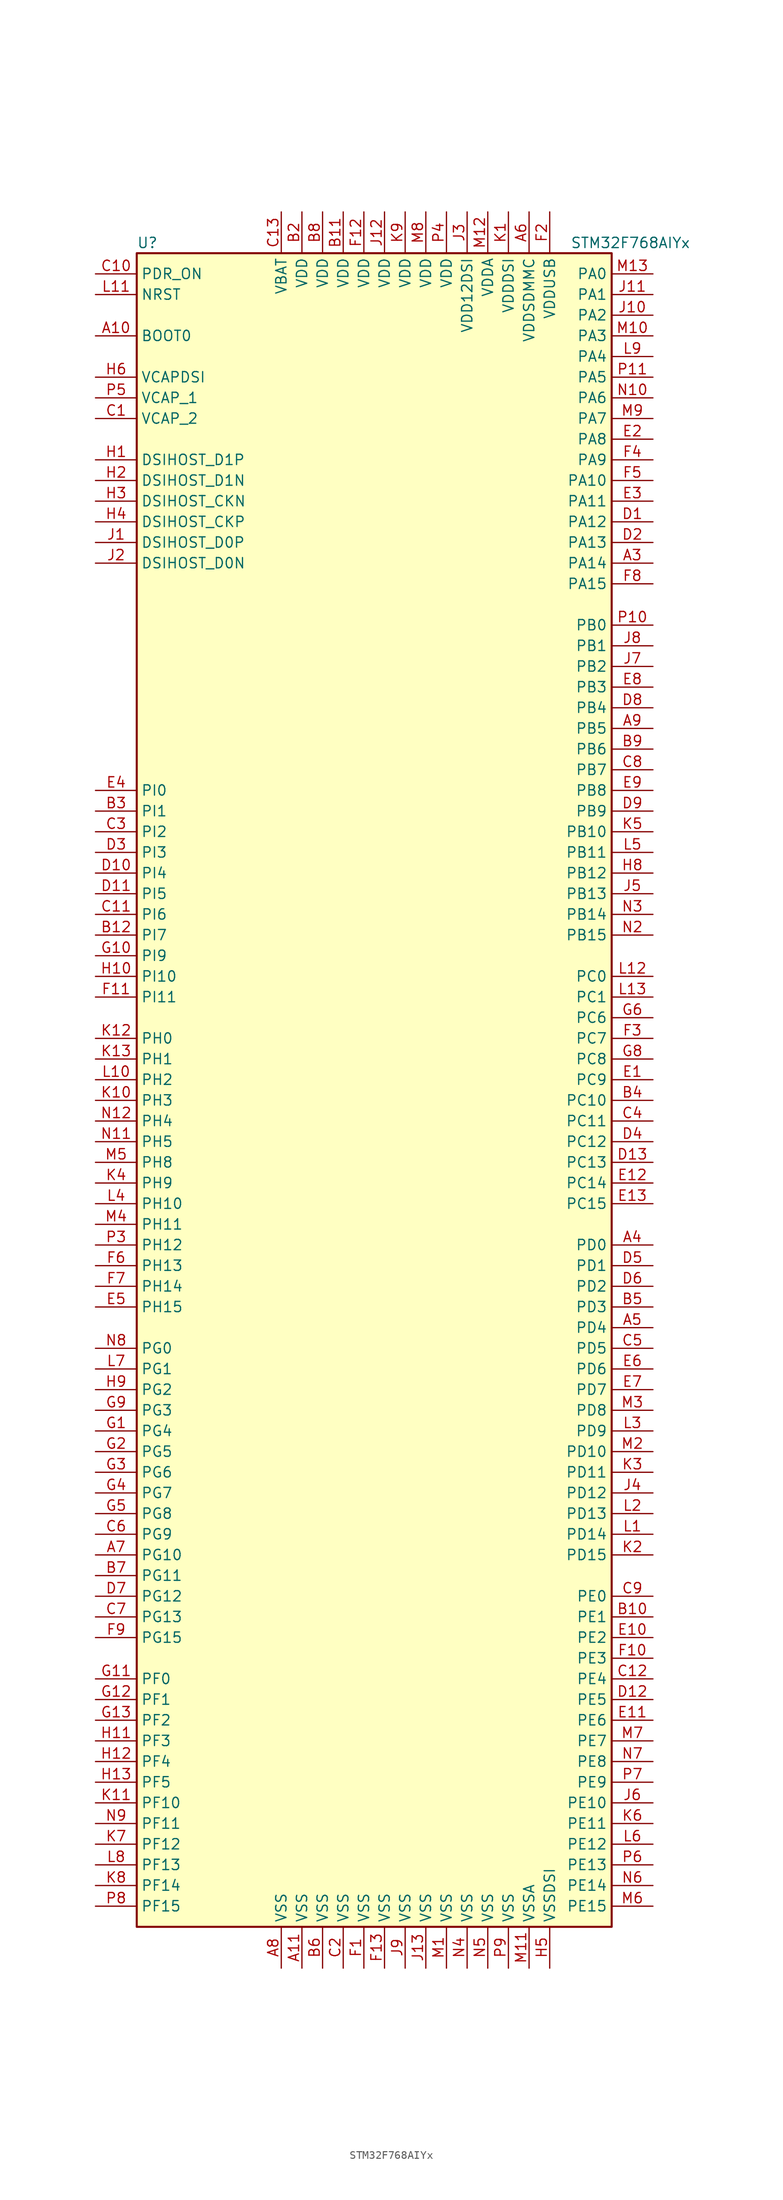
<source format=kicad_sym>
(kicad_symbol_lib
  (version 20201005)
  (generator kicad_symbol_editor)
  (symbol "STM32F768AIYx"
    (property "Reference" "U"
      (at -30.48 102.87 0)
      (effects (font (size 1.27 1.27)) (justify left)))
    (property "Value" "STM32F768AIYx"
      (at 22.86 102.87 0)
      (effects (font (size 1.27 1.27)) (justify left)))
    (symbol "STM32F768AIYx_0_1"
      (rectangle (start -30.48 -104.14) (end 27.94 101.6) (stroke (width 0.254)) (fill (type background))))
    (symbol "STM32F768AIYx_1_1"
      (pin input line (at -35.56 91.44 0) (length 5.08) (name "BOOT0" (effects (font (size 1.27 1.27)))) (number "A10" (effects (font (size 1.27 1.27)))))
      (pin bidirectional line (at -35.56 71.12 0) (length 5.08) (name "DSIHOST_CKN" (effects (font (size 1.27 1.27)))) (number "H3" (effects (font (size 1.27 1.27)))))
      (pin bidirectional line (at -35.56 68.58 0) (length 5.08) (name "DSIHOST_CKP" (effects (font (size 1.27 1.27)))) (number "H4" (effects (font (size 1.27 1.27)))))
      (pin bidirectional line (at -35.56 63.5 0) (length 5.08) (name "DSIHOST_D0N" (effects (font (size 1.27 1.27)))) (number "J2" (effects (font (size 1.27 1.27)))))
      (pin bidirectional line (at -35.56 66.04 0) (length 5.08) (name "DSIHOST_D0P" (effects (font (size 1.27 1.27)))) (number "J1" (effects (font (size 1.27 1.27)))))
      (pin bidirectional line (at -35.56 73.66 0) (length 5.08) (name "DSIHOST_D1N" (effects (font (size 1.27 1.27)))) (number "H2" (effects (font (size 1.27 1.27)))))
      (pin bidirectional line (at -35.56 76.2 0) (length 5.08) (name "DSIHOST_D1P" (effects (font (size 1.27 1.27)))) (number "H1" (effects (font (size 1.27 1.27)))))
      (pin no_connect line (at -30.48 -101.6 0) (length 5.08) hide (name "NC" (effects (font (size 1.27 1.27)))) (number "A1" (effects (font (size 1.27 1.27)))))
      (pin no_connect line (at -30.48 -96.52 0) (length 5.08) hide (name "NC" (effects (font (size 1.27 1.27)))) (number "A12" (effects (font (size 1.27 1.27)))))
      (pin no_connect line (at -30.48 -93.98 0) (length 5.08) hide (name "NC" (effects (font (size 1.27 1.27)))) (number "A13" (effects (font (size 1.27 1.27)))))
      (pin no_connect line (at -30.48 -99.06 0) (length 5.08) hide (name "NC" (effects (font (size 1.27 1.27)))) (number "A2" (effects (font (size 1.27 1.27)))))
      (pin no_connect line (at -30.48 -91.44 0) (length 5.08) hide (name "NC" (effects (font (size 1.27 1.27)))) (number "B1" (effects (font (size 1.27 1.27)))))
      (pin no_connect line (at -30.48 -88.9 0) (length 5.08) hide (name "NC" (effects (font (size 1.27 1.27)))) (number "B13" (effects (font (size 1.27 1.27)))))
      (pin no_connect line (at -30.48 -86.36 0) (length 5.08) hide (name "NC" (effects (font (size 1.27 1.27)))) (number "N1" (effects (font (size 1.27 1.27)))))
      (pin no_connect line (at -30.48 -83.82 0) (length 5.08) hide (name "NC" (effects (font (size 1.27 1.27)))) (number "N13" (effects (font (size 1.27 1.27)))))
      (pin no_connect line (at -30.48 -81.28 0) (length 5.08) hide (name "NC" (effects (font (size 1.27 1.27)))) (number "P1" (effects (font (size 1.27 1.27)))))
      (pin no_connect line (at -30.48 -76.2 0) (length 5.08) hide (name "NC" (effects (font (size 1.27 1.27)))) (number "P12" (effects (font (size 1.27 1.27)))))
      (pin no_connect line (at -30.48 -73.66 0) (length 5.08) hide (name "NC" (effects (font (size 1.27 1.27)))) (number "P13" (effects (font (size 1.27 1.27)))))
      (pin no_connect line (at -30.48 -78.74 0) (length 5.08) hide (name "NC" (effects (font (size 1.27 1.27)))) (number "P2" (effects (font (size 1.27 1.27)))))
      (pin input line (at -35.56 96.52 0) (length 5.08) (name "NRST" (effects (font (size 1.27 1.27)))) (number "L11" (effects (font (size 1.27 1.27)))))
      (pin bidirectional line (at 33.02 99.06 180) (length 5.08) (name "PA0" (effects (font (size 1.27 1.27)))) (number "M13" (effects (font (size 1.27 1.27)))))
      (pin bidirectional line (at 33.02 96.52 180) (length 5.08) (name "PA1" (effects (font (size 1.27 1.27)))) (number "J11" (effects (font (size 1.27 1.27)))))
      (pin bidirectional line (at 33.02 73.66 180) (length 5.08) (name "PA10" (effects (font (size 1.27 1.27)))) (number "F5" (effects (font (size 1.27 1.27)))))
      (pin bidirectional line (at 33.02 71.12 180) (length 5.08) (name "PA11" (effects (font (size 1.27 1.27)))) (number "E3" (effects (font (size 1.27 1.27)))))
      (pin bidirectional line (at 33.02 68.58 180) (length 5.08) (name "PA12" (effects (font (size 1.27 1.27)))) (number "D1" (effects (font (size 1.27 1.27)))))
      (pin bidirectional line (at 33.02 66.04 180) (length 5.08) (name "PA13" (effects (font (size 1.27 1.27)))) (number "D2" (effects (font (size 1.27 1.27)))))
      (pin bidirectional line (at 33.02 63.5 180) (length 5.08) (name "PA14" (effects (font (size 1.27 1.27)))) (number "A3" (effects (font (size 1.27 1.27)))))
      (pin bidirectional line (at 33.02 60.96 180) (length 5.08) (name "PA15" (effects (font (size 1.27 1.27)))) (number "F8" (effects (font (size 1.27 1.27)))))
      (pin bidirectional line (at 33.02 93.98 180) (length 5.08) (name "PA2" (effects (font (size 1.27 1.27)))) (number "J10" (effects (font (size 1.27 1.27)))))
      (pin bidirectional line (at 33.02 91.44 180) (length 5.08) (name "PA3" (effects (font (size 1.27 1.27)))) (number "M10" (effects (font (size 1.27 1.27)))))
      (pin bidirectional line (at 33.02 88.9 180) (length 5.08) (name "PA4" (effects (font (size 1.27 1.27)))) (number "L9" (effects (font (size 1.27 1.27)))))
      (pin bidirectional line (at 33.02 86.36 180) (length 5.08) (name "PA5" (effects (font (size 1.27 1.27)))) (number "P11" (effects (font (size 1.27 1.27)))))
      (pin bidirectional line (at 33.02 83.82 180) (length 5.08) (name "PA6" (effects (font (size 1.27 1.27)))) (number "N10" (effects (font (size 1.27 1.27)))))
      (pin bidirectional line (at 33.02 81.28 180) (length 5.08) (name "PA7" (effects (font (size 1.27 1.27)))) (number "M9" (effects (font (size 1.27 1.27)))))
      (pin bidirectional line (at 33.02 78.74 180) (length 5.08) (name "PA8" (effects (font (size 1.27 1.27)))) (number "E2" (effects (font (size 1.27 1.27)))))
      (pin bidirectional line (at 33.02 76.2 180) (length 5.08) (name "PA9" (effects (font (size 1.27 1.27)))) (number "F4" (effects (font (size 1.27 1.27)))))
      (pin bidirectional line (at 33.02 55.88 180) (length 5.08) (name "PB0" (effects (font (size 1.27 1.27)))) (number "P10" (effects (font (size 1.27 1.27)))))
      (pin bidirectional line (at 33.02 53.34 180) (length 5.08) (name "PB1" (effects (font (size 1.27 1.27)))) (number "J8" (effects (font (size 1.27 1.27)))))
      (pin bidirectional line (at 33.02 30.48 180) (length 5.08) (name "PB10" (effects (font (size 1.27 1.27)))) (number "K5" (effects (font (size 1.27 1.27)))))
      (pin bidirectional line (at 33.02 27.94 180) (length 5.08) (name "PB11" (effects (font (size 1.27 1.27)))) (number "L5" (effects (font (size 1.27 1.27)))))
      (pin bidirectional line (at 33.02 25.4 180) (length 5.08) (name "PB12" (effects (font (size 1.27 1.27)))) (number "H8" (effects (font (size 1.27 1.27)))))
      (pin bidirectional line (at 33.02 22.86 180) (length 5.08) (name "PB13" (effects (font (size 1.27 1.27)))) (number "J5" (effects (font (size 1.27 1.27)))))
      (pin bidirectional line (at 33.02 20.32 180) (length 5.08) (name "PB14" (effects (font (size 1.27 1.27)))) (number "N3" (effects (font (size 1.27 1.27)))))
      (pin bidirectional line (at 33.02 17.78 180) (length 5.08) (name "PB15" (effects (font (size 1.27 1.27)))) (number "N2" (effects (font (size 1.27 1.27)))))
      (pin bidirectional line (at 33.02 50.8 180) (length 5.08) (name "PB2" (effects (font (size 1.27 1.27)))) (number "J7" (effects (font (size 1.27 1.27)))))
      (pin bidirectional line (at 33.02 48.26 180) (length 5.08) (name "PB3" (effects (font (size 1.27 1.27)))) (number "E8" (effects (font (size 1.27 1.27)))))
      (pin bidirectional line (at 33.02 45.72 180) (length 5.08) (name "PB4" (effects (font (size 1.27 1.27)))) (number "D8" (effects (font (size 1.27 1.27)))))
      (pin bidirectional line (at 33.02 43.18 180) (length 5.08) (name "PB5" (effects (font (size 1.27 1.27)))) (number "A9" (effects (font (size 1.27 1.27)))))
      (pin bidirectional line (at 33.02 40.64 180) (length 5.08) (name "PB6" (effects (font (size 1.27 1.27)))) (number "B9" (effects (font (size 1.27 1.27)))))
      (pin bidirectional line (at 33.02 38.1 180) (length 5.08) (name "PB7" (effects (font (size 1.27 1.27)))) (number "C8" (effects (font (size 1.27 1.27)))))
      (pin bidirectional line (at 33.02 35.56 180) (length 5.08) (name "PB8" (effects (font (size 1.27 1.27)))) (number "E9" (effects (font (size 1.27 1.27)))))
      (pin bidirectional line (at 33.02 33.02 180) (length 5.08) (name "PB9" (effects (font (size 1.27 1.27)))) (number "D9" (effects (font (size 1.27 1.27)))))
      (pin bidirectional line (at 33.02 12.7 180) (length 5.08) (name "PC0" (effects (font (size 1.27 1.27)))) (number "L12" (effects (font (size 1.27 1.27)))))
      (pin bidirectional line (at 33.02 10.16 180) (length 5.08) (name "PC1" (effects (font (size 1.27 1.27)))) (number "L13" (effects (font (size 1.27 1.27)))))
      (pin bidirectional line (at 33.02 -2.54 180) (length 5.08) (name "PC10" (effects (font (size 1.27 1.27)))) (number "B4" (effects (font (size 1.27 1.27)))))
      (pin bidirectional line (at 33.02 -5.08 180) (length 5.08) (name "PC11" (effects (font (size 1.27 1.27)))) (number "C4" (effects (font (size 1.27 1.27)))))
      (pin bidirectional line (at 33.02 -7.62 180) (length 5.08) (name "PC12" (effects (font (size 1.27 1.27)))) (number "D4" (effects (font (size 1.27 1.27)))))
      (pin bidirectional line (at 33.02 -10.16 180) (length 5.08) (name "PC13" (effects (font (size 1.27 1.27)))) (number "D13" (effects (font (size 1.27 1.27)))))
      (pin bidirectional line (at 33.02 -12.7 180) (length 5.08) (name "PC14" (effects (font (size 1.27 1.27)))) (number "E12" (effects (font (size 1.27 1.27)))))
      (pin bidirectional line (at 33.02 -15.24 180) (length 5.08) (name "PC15" (effects (font (size 1.27 1.27)))) (number "E13" (effects (font (size 1.27 1.27)))))
      (pin bidirectional line (at 33.02 7.62 180) (length 5.08) (name "PC6" (effects (font (size 1.27 1.27)))) (number "G6" (effects (font (size 1.27 1.27)))))
      (pin bidirectional line (at 33.02 5.08 180) (length 5.08) (name "PC7" (effects (font (size 1.27 1.27)))) (number "F3" (effects (font (size 1.27 1.27)))))
      (pin bidirectional line (at 33.02 2.54 180) (length 5.08) (name "PC8" (effects (font (size 1.27 1.27)))) (number "G8" (effects (font (size 1.27 1.27)))))
      (pin bidirectional line (at 33.02 0 180) (length 5.08) (name "PC9" (effects (font (size 1.27 1.27)))) (number "E1" (effects (font (size 1.27 1.27)))))
      (pin bidirectional line (at 33.02 -20.32 180) (length 5.08) (name "PD0" (effects (font (size 1.27 1.27)))) (number "A4" (effects (font (size 1.27 1.27)))))
      (pin bidirectional line (at 33.02 -22.86 180) (length 5.08) (name "PD1" (effects (font (size 1.27 1.27)))) (number "D5" (effects (font (size 1.27 1.27)))))
      (pin bidirectional line (at 33.02 -45.72 180) (length 5.08) (name "PD10" (effects (font (size 1.27 1.27)))) (number "M2" (effects (font (size 1.27 1.27)))))
      (pin bidirectional line (at 33.02 -48.26 180) (length 5.08) (name "PD11" (effects (font (size 1.27 1.27)))) (number "K3" (effects (font (size 1.27 1.27)))))
      (pin bidirectional line (at 33.02 -50.8 180) (length 5.08) (name "PD12" (effects (font (size 1.27 1.27)))) (number "J4" (effects (font (size 1.27 1.27)))))
      (pin bidirectional line (at 33.02 -53.34 180) (length 5.08) (name "PD13" (effects (font (size 1.27 1.27)))) (number "L2" (effects (font (size 1.27 1.27)))))
      (pin bidirectional line (at 33.02 -55.88 180) (length 5.08) (name "PD14" (effects (font (size 1.27 1.27)))) (number "L1" (effects (font (size 1.27 1.27)))))
      (pin bidirectional line (at 33.02 -58.42 180) (length 5.08) (name "PD15" (effects (font (size 1.27 1.27)))) (number "K2" (effects (font (size 1.27 1.27)))))
      (pin bidirectional line (at 33.02 -25.4 180) (length 5.08) (name "PD2" (effects (font (size 1.27 1.27)))) (number "D6" (effects (font (size 1.27 1.27)))))
      (pin bidirectional line (at 33.02 -27.94 180) (length 5.08) (name "PD3" (effects (font (size 1.27 1.27)))) (number "B5" (effects (font (size 1.27 1.27)))))
      (pin bidirectional line (at 33.02 -30.48 180) (length 5.08) (name "PD4" (effects (font (size 1.27 1.27)))) (number "A5" (effects (font (size 1.27 1.27)))))
      (pin bidirectional line (at 33.02 -33.02 180) (length 5.08) (name "PD5" (effects (font (size 1.27 1.27)))) (number "C5" (effects (font (size 1.27 1.27)))))
      (pin bidirectional line (at 33.02 -35.56 180) (length 5.08) (name "PD6" (effects (font (size 1.27 1.27)))) (number "E6" (effects (font (size 1.27 1.27)))))
      (pin bidirectional line (at 33.02 -38.1 180) (length 5.08) (name "PD7" (effects (font (size 1.27 1.27)))) (number "E7" (effects (font (size 1.27 1.27)))))
      (pin bidirectional line (at 33.02 -40.64 180) (length 5.08) (name "PD8" (effects (font (size 1.27 1.27)))) (number "M3" (effects (font (size 1.27 1.27)))))
      (pin bidirectional line (at 33.02 -43.18 180) (length 5.08) (name "PD9" (effects (font (size 1.27 1.27)))) (number "L3" (effects (font (size 1.27 1.27)))))
      (pin input line (at -35.56 99.06 0) (length 5.08) (name "PDR_ON" (effects (font (size 1.27 1.27)))) (number "C10" (effects (font (size 1.27 1.27)))))
      (pin bidirectional line (at 33.02 -63.5 180) (length 5.08) (name "PE0" (effects (font (size 1.27 1.27)))) (number "C9" (effects (font (size 1.27 1.27)))))
      (pin bidirectional line (at 33.02 -66.04 180) (length 5.08) (name "PE1" (effects (font (size 1.27 1.27)))) (number "B10" (effects (font (size 1.27 1.27)))))
      (pin bidirectional line (at 33.02 -88.9 180) (length 5.08) (name "PE10" (effects (font (size 1.27 1.27)))) (number "J6" (effects (font (size 1.27 1.27)))))
      (pin bidirectional line (at 33.02 -91.44 180) (length 5.08) (name "PE11" (effects (font (size 1.27 1.27)))) (number "K6" (effects (font (size 1.27 1.27)))))
      (pin bidirectional line (at 33.02 -93.98 180) (length 5.08) (name "PE12" (effects (font (size 1.27 1.27)))) (number "L6" (effects (font (size 1.27 1.27)))))
      (pin bidirectional line (at 33.02 -96.52 180) (length 5.08) (name "PE13" (effects (font (size 1.27 1.27)))) (number "P6" (effects (font (size 1.27 1.27)))))
      (pin bidirectional line (at 33.02 -99.06 180) (length 5.08) (name "PE14" (effects (font (size 1.27 1.27)))) (number "N6" (effects (font (size 1.27 1.27)))))
      (pin bidirectional line (at 33.02 -101.6 180) (length 5.08) (name "PE15" (effects (font (size 1.27 1.27)))) (number "M6" (effects (font (size 1.27 1.27)))))
      (pin bidirectional line (at 33.02 -68.58 180) (length 5.08) (name "PE2" (effects (font (size 1.27 1.27)))) (number "E10" (effects (font (size 1.27 1.27)))))
      (pin bidirectional line (at 33.02 -71.12 180) (length 5.08) (name "PE3" (effects (font (size 1.27 1.27)))) (number "F10" (effects (font (size 1.27 1.27)))))
      (pin bidirectional line (at 33.02 -73.66 180) (length 5.08) (name "PE4" (effects (font (size 1.27 1.27)))) (number "C12" (effects (font (size 1.27 1.27)))))
      (pin bidirectional line (at 33.02 -76.2 180) (length 5.08) (name "PE5" (effects (font (size 1.27 1.27)))) (number "D12" (effects (font (size 1.27 1.27)))))
      (pin bidirectional line (at 33.02 -78.74 180) (length 5.08) (name "PE6" (effects (font (size 1.27 1.27)))) (number "E11" (effects (font (size 1.27 1.27)))))
      (pin bidirectional line (at 33.02 -81.28 180) (length 5.08) (name "PE7" (effects (font (size 1.27 1.27)))) (number "M7" (effects (font (size 1.27 1.27)))))
      (pin bidirectional line (at 33.02 -83.82 180) (length 5.08) (name "PE8" (effects (font (size 1.27 1.27)))) (number "N7" (effects (font (size 1.27 1.27)))))
      (pin bidirectional line (at 33.02 -86.36 180) (length 5.08) (name "PE9" (effects (font (size 1.27 1.27)))) (number "P7" (effects (font (size 1.27 1.27)))))
      (pin bidirectional line (at -35.56 -73.66 0) (length 5.08) (name "PF0" (effects (font (size 1.27 1.27)))) (number "G11" (effects (font (size 1.27 1.27)))))
      (pin bidirectional line (at -35.56 -76.2 0) (length 5.08) (name "PF1" (effects (font (size 1.27 1.27)))) (number "G12" (effects (font (size 1.27 1.27)))))
      (pin bidirectional line (at -35.56 -88.9 0) (length 5.08) (name "PF10" (effects (font (size 1.27 1.27)))) (number "K11" (effects (font (size 1.27 1.27)))))
      (pin bidirectional line (at -35.56 -91.44 0) (length 5.08) (name "PF11" (effects (font (size 1.27 1.27)))) (number "N9" (effects (font (size 1.27 1.27)))))
      (pin bidirectional line (at -35.56 -93.98 0) (length 5.08) (name "PF12" (effects (font (size 1.27 1.27)))) (number "K7" (effects (font (size 1.27 1.27)))))
      (pin bidirectional line (at -35.56 -96.52 0) (length 5.08) (name "PF13" (effects (font (size 1.27 1.27)))) (number "L8" (effects (font (size 1.27 1.27)))))
      (pin bidirectional line (at -35.56 -99.06 0) (length 5.08) (name "PF14" (effects (font (size 1.27 1.27)))) (number "K8" (effects (font (size 1.27 1.27)))))
      (pin bidirectional line (at -35.56 -101.6 0) (length 5.08) (name "PF15" (effects (font (size 1.27 1.27)))) (number "P8" (effects (font (size 1.27 1.27)))))
      (pin bidirectional line (at -35.56 -78.74 0) (length 5.08) (name "PF2" (effects (font (size 1.27 1.27)))) (number "G13" (effects (font (size 1.27 1.27)))))
      (pin bidirectional line (at -35.56 -81.28 0) (length 5.08) (name "PF3" (effects (font (size 1.27 1.27)))) (number "H11" (effects (font (size 1.27 1.27)))))
      (pin bidirectional line (at -35.56 -83.82 0) (length 5.08) (name "PF4" (effects (font (size 1.27 1.27)))) (number "H12" (effects (font (size 1.27 1.27)))))
      (pin bidirectional line (at -35.56 -86.36 0) (length 5.08) (name "PF5" (effects (font (size 1.27 1.27)))) (number "H13" (effects (font (size 1.27 1.27)))))
      (pin bidirectional line (at -35.56 -33.02 0) (length 5.08) (name "PG0" (effects (font (size 1.27 1.27)))) (number "N8" (effects (font (size 1.27 1.27)))))
      (pin bidirectional line (at -35.56 -35.56 0) (length 5.08) (name "PG1" (effects (font (size 1.27 1.27)))) (number "L7" (effects (font (size 1.27 1.27)))))
      (pin bidirectional line (at -35.56 -58.42 0) (length 5.08) (name "PG10" (effects (font (size 1.27 1.27)))) (number "A7" (effects (font (size 1.27 1.27)))))
      (pin bidirectional line (at -35.56 -60.96 0) (length 5.08) (name "PG11" (effects (font (size 1.27 1.27)))) (number "B7" (effects (font (size 1.27 1.27)))))
      (pin bidirectional line (at -35.56 -63.5 0) (length 5.08) (name "PG12" (effects (font (size 1.27 1.27)))) (number "D7" (effects (font (size 1.27 1.27)))))
      (pin bidirectional line (at -35.56 -66.04 0) (length 5.08) (name "PG13" (effects (font (size 1.27 1.27)))) (number "C7" (effects (font (size 1.27 1.27)))))
      (pin bidirectional line (at -35.56 -68.58 0) (length 5.08) (name "PG15" (effects (font (size 1.27 1.27)))) (number "F9" (effects (font (size 1.27 1.27)))))
      (pin bidirectional line (at -35.56 -38.1 0) (length 5.08) (name "PG2" (effects (font (size 1.27 1.27)))) (number "H9" (effects (font (size 1.27 1.27)))))
      (pin bidirectional line (at -35.56 -40.64 0) (length 5.08) (name "PG3" (effects (font (size 1.27 1.27)))) (number "G9" (effects (font (size 1.27 1.27)))))
      (pin bidirectional line (at -35.56 -43.18 0) (length 5.08) (name "PG4" (effects (font (size 1.27 1.27)))) (number "G1" (effects (font (size 1.27 1.27)))))
      (pin bidirectional line (at -35.56 -45.72 0) (length 5.08) (name "PG5" (effects (font (size 1.27 1.27)))) (number "G2" (effects (font (size 1.27 1.27)))))
      (pin bidirectional line (at -35.56 -48.26 0) (length 5.08) (name "PG6" (effects (font (size 1.27 1.27)))) (number "G3" (effects (font (size 1.27 1.27)))))
      (pin bidirectional line (at -35.56 -50.8 0) (length 5.08) (name "PG7" (effects (font (size 1.27 1.27)))) (number "G4" (effects (font (size 1.27 1.27)))))
      (pin bidirectional line (at -35.56 -53.34 0) (length 5.08) (name "PG8" (effects (font (size 1.27 1.27)))) (number "G5" (effects (font (size 1.27 1.27)))))
      (pin bidirectional line (at -35.56 -55.88 0) (length 5.08) (name "PG9" (effects (font (size 1.27 1.27)))) (number "C6" (effects (font (size 1.27 1.27)))))
      (pin input line (at -35.56 5.08 0) (length 5.08) (name "PH0" (effects (font (size 1.27 1.27)))) (number "K12" (effects (font (size 1.27 1.27)))))
      (pin input line (at -35.56 2.54 0) (length 5.08) (name "PH1" (effects (font (size 1.27 1.27)))) (number "K13" (effects (font (size 1.27 1.27)))))
      (pin bidirectional line (at -35.56 -15.24 0) (length 5.08) (name "PH10" (effects (font (size 1.27 1.27)))) (number "L4" (effects (font (size 1.27 1.27)))))
      (pin bidirectional line (at -35.56 -17.78 0) (length 5.08) (name "PH11" (effects (font (size 1.27 1.27)))) (number "M4" (effects (font (size 1.27 1.27)))))
      (pin bidirectional line (at -35.56 -20.32 0) (length 5.08) (name "PH12" (effects (font (size 1.27 1.27)))) (number "P3" (effects (font (size 1.27 1.27)))))
      (pin bidirectional line (at -35.56 -22.86 0) (length 5.08) (name "PH13" (effects (font (size 1.27 1.27)))) (number "F6" (effects (font (size 1.27 1.27)))))
      (pin bidirectional line (at -35.56 -25.4 0) (length 5.08) (name "PH14" (effects (font (size 1.27 1.27)))) (number "F7" (effects (font (size 1.27 1.27)))))
      (pin bidirectional line (at -35.56 -27.94 0) (length 5.08) (name "PH15" (effects (font (size 1.27 1.27)))) (number "E5" (effects (font (size 1.27 1.27)))))
      (pin bidirectional line (at -35.56 0 0) (length 5.08) (name "PH2" (effects (font (size 1.27 1.27)))) (number "L10" (effects (font (size 1.27 1.27)))))
      (pin bidirectional line (at -35.56 -2.54 0) (length 5.08) (name "PH3" (effects (font (size 1.27 1.27)))) (number "K10" (effects (font (size 1.27 1.27)))))
      (pin bidirectional line (at -35.56 -5.08 0) (length 5.08) (name "PH4" (effects (font (size 1.27 1.27)))) (number "N12" (effects (font (size 1.27 1.27)))))
      (pin bidirectional line (at -35.56 -7.62 0) (length 5.08) (name "PH5" (effects (font (size 1.27 1.27)))) (number "N11" (effects (font (size 1.27 1.27)))))
      (pin bidirectional line (at -35.56 -10.16 0) (length 5.08) (name "PH8" (effects (font (size 1.27 1.27)))) (number "M5" (effects (font (size 1.27 1.27)))))
      (pin bidirectional line (at -35.56 -12.7 0) (length 5.08) (name "PH9" (effects (font (size 1.27 1.27)))) (number "K4" (effects (font (size 1.27 1.27)))))
      (pin bidirectional line (at -35.56 35.56 0) (length 5.08) (name "PI0" (effects (font (size 1.27 1.27)))) (number "E4" (effects (font (size 1.27 1.27)))))
      (pin bidirectional line (at -35.56 33.02 0) (length 5.08) (name "PI1" (effects (font (size 1.27 1.27)))) (number "B3" (effects (font (size 1.27 1.27)))))
      (pin bidirectional line (at -35.56 12.7 0) (length 5.08) (name "PI10" (effects (font (size 1.27 1.27)))) (number "H10" (effects (font (size 1.27 1.27)))))
      (pin bidirectional line (at -35.56 10.16 0) (length 5.08) (name "PI11" (effects (font (size 1.27 1.27)))) (number "F11" (effects (font (size 1.27 1.27)))))
      (pin bidirectional line (at -35.56 30.48 0) (length 5.08) (name "PI2" (effects (font (size 1.27 1.27)))) (number "C3" (effects (font (size 1.27 1.27)))))
      (pin bidirectional line (at -35.56 27.94 0) (length 5.08) (name "PI3" (effects (font (size 1.27 1.27)))) (number "D3" (effects (font (size 1.27 1.27)))))
      (pin bidirectional line (at -35.56 25.4 0) (length 5.08) (name "PI4" (effects (font (size 1.27 1.27)))) (number "D10" (effects (font (size 1.27 1.27)))))
      (pin bidirectional line (at -35.56 22.86 0) (length 5.08) (name "PI5" (effects (font (size 1.27 1.27)))) (number "D11" (effects (font (size 1.27 1.27)))))
      (pin bidirectional line (at -35.56 20.32 0) (length 5.08) (name "PI6" (effects (font (size 1.27 1.27)))) (number "C11" (effects (font (size 1.27 1.27)))))
      (pin bidirectional line (at -35.56 17.78 0) (length 5.08) (name "PI7" (effects (font (size 1.27 1.27)))) (number "B12" (effects (font (size 1.27 1.27)))))
      (pin bidirectional line (at -35.56 15.24 0) (length 5.08) (name "PI9" (effects (font (size 1.27 1.27)))) (number "G10" (effects (font (size 1.27 1.27)))))
      (pin power_in line (at -12.7 106.68 270) (length 5.08) (name "VBAT" (effects (font (size 1.27 1.27)))) (number "C13" (effects (font (size 1.27 1.27)))))
      (pin power_in line (at -35.56 86.36 0) (length 5.08) (name "VCAPDSI" (effects (font (size 1.27 1.27)))) (number "H6" (effects (font (size 1.27 1.27)))))
      (pin power_in line (at -35.56 83.82 0) (length 5.08) (name "VCAP_1" (effects (font (size 1.27 1.27)))) (number "P5" (effects (font (size 1.27 1.27)))))
      (pin power_in line (at -35.56 81.28 0) (length 5.08) (name "VCAP_2" (effects (font (size 1.27 1.27)))) (number "C1" (effects (font (size 1.27 1.27)))))
      (pin power_in line (at -5.08 106.68 270) (length 5.08) (name "VDD" (effects (font (size 1.27 1.27)))) (number "B11" (effects (font (size 1.27 1.27)))))
      (pin power_in line (at -10.16 106.68 270) (length 5.08) (name "VDD" (effects (font (size 1.27 1.27)))) (number "B2" (effects (font (size 1.27 1.27)))))
      (pin power_in line (at -7.62 106.68 270) (length 5.08) (name "VDD" (effects (font (size 1.27 1.27)))) (number "B8" (effects (font (size 1.27 1.27)))))
      (pin power_in line (at -2.54 106.68 270) (length 5.08) (name "VDD" (effects (font (size 1.27 1.27)))) (number "F12" (effects (font (size 1.27 1.27)))))
      (pin power_in line (at 0 106.68 270) (length 5.08) (name "VDD" (effects (font (size 1.27 1.27)))) (number "J12" (effects (font (size 1.27 1.27)))))
      (pin power_in line (at 2.54 106.68 270) (length 5.08) (name "VDD" (effects (font (size 1.27 1.27)))) (number "K9" (effects (font (size 1.27 1.27)))))
      (pin power_in line (at 5.08 106.68 270) (length 5.08) (name "VDD" (effects (font (size 1.27 1.27)))) (number "M8" (effects (font (size 1.27 1.27)))))
      (pin power_in line (at 7.62 106.68 270) (length 5.08) (name "VDD" (effects (font (size 1.27 1.27)))) (number "P4" (effects (font (size 1.27 1.27)))))
      (pin power_in line (at 10.16 106.68 270) (length 5.08) (name "VDD12DSI" (effects (font (size 1.27 1.27)))) (number "J3" (effects (font (size 1.27 1.27)))))
      (pin power_in line (at 12.7 106.68 270) (length 5.08) (name "VDDA" (effects (font (size 1.27 1.27)))) (number "M12" (effects (font (size 1.27 1.27)))))
      (pin power_in line (at 15.24 106.68 270) (length 5.08) (name "VDDDSI" (effects (font (size 1.27 1.27)))) (number "K1" (effects (font (size 1.27 1.27)))))
      (pin power_in line (at 17.78 106.68 270) (length 5.08) (name "VDDSDMMC" (effects (font (size 1.27 1.27)))) (number "A6" (effects (font (size 1.27 1.27)))))
      (pin power_in line (at 20.32 106.68 270) (length 5.08) (name "VDDUSB" (effects (font (size 1.27 1.27)))) (number "F2" (effects (font (size 1.27 1.27)))))
      (pin power_in line (at -10.16 -109.22 90) (length 5.08) (name "VSS" (effects (font (size 1.27 1.27)))) (number "A11" (effects (font (size 1.27 1.27)))))
      (pin power_in line (at -12.7 -109.22 90) (length 5.08) (name "VSS" (effects (font (size 1.27 1.27)))) (number "A8" (effects (font (size 1.27 1.27)))))
      (pin power_in line (at -7.62 -109.22 90) (length 5.08) (name "VSS" (effects (font (size 1.27 1.27)))) (number "B6" (effects (font (size 1.27 1.27)))))
      (pin power_in line (at -5.08 -109.22 90) (length 5.08) (name "VSS" (effects (font (size 1.27 1.27)))) (number "C2" (effects (font (size 1.27 1.27)))))
      (pin power_in line (at -2.54 -109.22 90) (length 5.08) (name "VSS" (effects (font (size 1.27 1.27)))) (number "F1" (effects (font (size 1.27 1.27)))))
      (pin power_in line (at 0 -109.22 90) (length 5.08) (name "VSS" (effects (font (size 1.27 1.27)))) (number "F13" (effects (font (size 1.27 1.27)))))
      (pin power_in line (at 5.08 -109.22 90) (length 5.08) (name "VSS" (effects (font (size 1.27 1.27)))) (number "J13" (effects (font (size 1.27 1.27)))))
      (pin power_in line (at 2.54 -109.22 90) (length 5.08) (name "VSS" (effects (font (size 1.27 1.27)))) (number "J9" (effects (font (size 1.27 1.27)))))
      (pin power_in line (at 7.62 -109.22 90) (length 5.08) (name "VSS" (effects (font (size 1.27 1.27)))) (number "M1" (effects (font (size 1.27 1.27)))))
      (pin power_in line (at 10.16 -109.22 90) (length 5.08) (name "VSS" (effects (font (size 1.27 1.27)))) (number "N4" (effects (font (size 1.27 1.27)))))
      (pin power_in line (at 12.7 -109.22 90) (length 5.08) (name "VSS" (effects (font (size 1.27 1.27)))) (number "N5" (effects (font (size 1.27 1.27)))))
      (pin power_in line (at 15.24 -109.22 90) (length 5.08) (name "VSS" (effects (font (size 1.27 1.27)))) (number "P9" (effects (font (size 1.27 1.27)))))
      (pin power_in line (at 17.78 -109.22 90) (length 5.08) (name "VSSA" (effects (font (size 1.27 1.27)))) (number "M11" (effects (font (size 1.27 1.27)))))
      (pin power_in line (at 20.32 -109.22 90) (length 5.08) (name "VSSDSI" (effects (font (size 1.27 1.27)))) (number "H5" (effects (font (size 1.27 1.27))))))))
</source>
